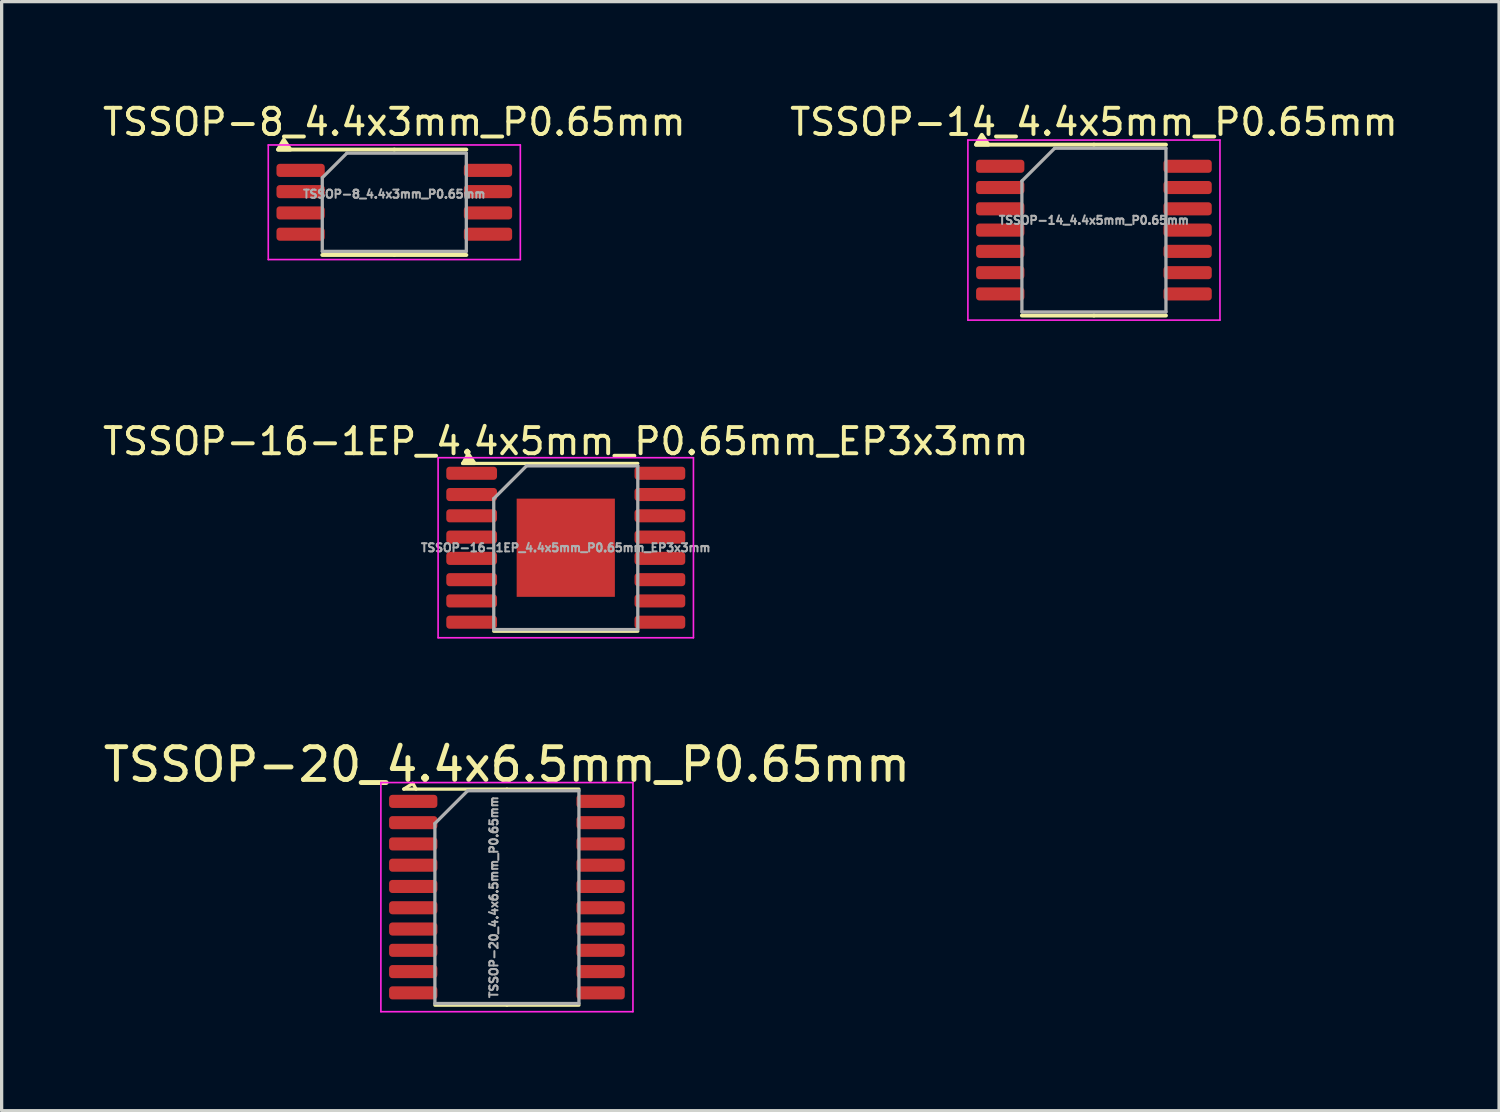
<source format=kicad_pcb>
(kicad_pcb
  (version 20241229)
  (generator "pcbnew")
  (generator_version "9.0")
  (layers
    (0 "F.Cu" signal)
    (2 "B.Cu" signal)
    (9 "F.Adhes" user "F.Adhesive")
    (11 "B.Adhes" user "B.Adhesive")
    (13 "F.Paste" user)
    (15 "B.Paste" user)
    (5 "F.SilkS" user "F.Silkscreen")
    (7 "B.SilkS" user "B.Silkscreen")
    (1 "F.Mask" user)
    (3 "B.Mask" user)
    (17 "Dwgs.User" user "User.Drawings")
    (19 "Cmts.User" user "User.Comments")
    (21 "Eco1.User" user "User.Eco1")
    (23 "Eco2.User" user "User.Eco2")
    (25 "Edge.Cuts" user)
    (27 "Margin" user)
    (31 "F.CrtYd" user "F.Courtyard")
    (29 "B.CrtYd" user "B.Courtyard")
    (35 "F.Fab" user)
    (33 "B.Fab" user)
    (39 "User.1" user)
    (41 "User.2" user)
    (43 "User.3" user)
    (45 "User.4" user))
  (footprint "TSSOP-14_4.4x5mm_P0.65mm"
    (layer "F.Cu")
    (at 30.367 3.979)
    (property "Reference" "TSSOP-14_4.4x5mm_P0.65mm" (at 0 -3.3 0) (layer "F.SilkS") (effects (font (size 0.8 0.8) (thickness 0.12))))
    (attr smd)
    (fp_line (start 0 -2.61) (end -3.6 -2.61) (stroke (width 0.12) (type solid)) (layer "F.SilkS"))
    (fp_line (start 0 -2.61) (end 2.2 -2.61) (stroke (width 0.12) (type solid)) (layer "F.SilkS"))
    (fp_line (start 0 2.61) (end -2.2 2.61) (stroke (width 0.12) (type solid)) (layer "F.SilkS"))
    (fp_line (start 0 2.61) (end 2.2 2.61) (stroke (width 0.12) (type solid)) (layer "F.SilkS"))
    (fp_poly (pts (xy -3.6 -2.61) (xy -3.425 -2.91) (xy -3.225 -2.61)) (stroke (width 0.12) (type solid)) (fill yes) (layer "F.SilkS"))
    (fp_line (start -3.85 -2.75) (end -3.85 2.75) (stroke (width 0.05) (type solid)) (layer "F.CrtYd"))
    (fp_line (start -3.85 2.75) (end 3.85 2.75) (stroke (width 0.05) (type solid)) (layer "F.CrtYd"))
    (fp_line (start 3.85 -2.75) (end -3.85 -2.75) (stroke (width 0.05) (type solid)) (layer "F.CrtYd"))
    (fp_line (start 3.85 2.75) (end 3.85 -2.75) (stroke (width 0.05) (type solid)) (layer "F.CrtYd"))
    (fp_line (start -2.2 -1.5) (end -1.2 -2.5) (stroke (width 0.1) (type solid)) (layer "F.Fab"))
    (fp_line (start -2.2 2.5) (end -2.2 -1.5) (stroke (width 0.1) (type solid)) (layer "F.Fab"))
    (fp_line (start -1.2 -2.5) (end 2.2 -2.5) (stroke (width 0.1) (type solid)) (layer "F.Fab"))
    (fp_line (start 2.2 -2.5) (end 2.2 2.5) (stroke (width 0.1) (type solid)) (layer "F.Fab"))
    (fp_line (start 2.2 2.5) (end -2.2 2.5) (stroke (width 0.1) (type solid)) (layer "F.Fab"))
    (fp_text user "${REFERENCE}" (at 0 -0.3 0) (layer "F.Fab") (effects (font (size 0.25 0.25) (thickness 0.062))))
    (pad "1" smd roundrect (at -2.862 -1.95) (size 1.475 0.4) (layers "F.Cu" "F.Mask" "F.Paste") (roundrect_rratio 0.25))
    (pad "2" smd roundrect (at -2.862 -1.3) (size 1.475 0.4) (layers "F.Cu" "F.Mask" "F.Paste") (roundrect_rratio 0.25))
    (pad "3" smd roundrect (at -2.862 -0.65) (size 1.475 0.4) (layers "F.Cu" "F.Mask" "F.Paste") (roundrect_rratio 0.25))
    (pad "4" smd roundrect (at -2.862 0) (size 1.475 0.4) (layers "F.Cu" "F.Mask" "F.Paste") (roundrect_rratio 0.25))
    (pad "5" smd roundrect (at -2.862 0.65) (size 1.475 0.4) (layers "F.Cu" "F.Mask" "F.Paste") (roundrect_rratio 0.25))
    (pad "6" smd roundrect (at -2.862 1.3) (size 1.475 0.4) (layers "F.Cu" "F.Mask" "F.Paste") (roundrect_rratio 0.25))
    (pad "7" smd roundrect (at -2.862 1.95) (size 1.475 0.4) (layers "F.Cu" "F.Mask" "F.Paste") (roundrect_rratio 0.25))
    (pad "8" smd roundrect (at 2.862 1.95) (size 1.475 0.4) (layers "F.Cu" "F.Mask" "F.Paste") (roundrect_rratio 0.25))
    (pad "9" smd roundrect (at 2.862 1.3) (size 1.475 0.4) (layers "F.Cu" "F.Mask" "F.Paste") (roundrect_rratio 0.25))
    (pad "10" smd roundrect (at 2.862 0.65) (size 1.475 0.4) (layers "F.Cu" "F.Mask" "F.Paste") (roundrect_rratio 0.25))
    (pad "11" smd roundrect (at 2.862 0) (size 1.475 0.4) (layers "F.Cu" "F.Mask" "F.Paste") (roundrect_rratio 0.25))
    (pad "12" smd roundrect (at 2.862 -0.65) (size 1.475 0.4) (layers "F.Cu" "F.Mask" "F.Paste") (roundrect_rratio 0.25))
    (pad "13" smd roundrect (at 2.862 -1.3) (size 1.475 0.4) (layers "F.Cu" "F.Mask" "F.Paste") (roundrect_rratio 0.25))
    (pad "14" smd roundrect (at 2.862 -1.95) (size 1.475 0.4) (layers "F.Cu" "F.Mask" "F.Paste") (roundrect_rratio 0.25)))
  (footprint "TSSOP-20_4.4x6.5mm_P0.65mm"
    (layer "F.Cu")
    (at 12.435 24.355)
    (property "Reference" "TSSOP-20_4.4x6.5mm_P0.65mm" (at 0 -4.05 0) (layer "F.SilkS") (effects (font (size 1 1) (thickness 0.15))))
    (attr smd)
    (fp_line (start -3.15 -3.3) (end -2.875 -3.475) (stroke (width 0.1) (type solid)) (layer "F.SilkS"))
    (fp_line (start -2.875 -3.475) (end -2.775 -3.3) (stroke (width 0.1) (type solid)) (layer "F.SilkS"))
    (fp_line (start 0 -3.3) (end -3.15 -3.3) (stroke (width 0.1) (type solid)) (layer "F.SilkS"))
    (fp_line (start 0 -3.3) (end 2.2 -3.3) (stroke (width 0.1) (type solid)) (layer "F.SilkS"))
    (fp_line (start 0 3.3) (end -2.2 3.3) (stroke (width 0.1) (type solid)) (layer "F.SilkS"))
    (fp_line (start 0 3.3) (end 2.2 3.3) (stroke (width 0.1) (type solid)) (layer "F.SilkS"))
    (fp_line (start -3.85 -3.5) (end -3.85 3.5) (stroke (width 0.05) (type solid)) (layer "F.CrtYd"))
    (fp_line (start -3.85 3.5) (end 3.85 3.5) (stroke (width 0.05) (type solid)) (layer "F.CrtYd"))
    (fp_line (start 3.85 -3.5) (end -3.85 -3.5) (stroke (width 0.05) (type solid)) (layer "F.CrtYd"))
    (fp_line (start 3.85 3.5) (end 3.85 -3.5) (stroke (width 0.05) (type solid)) (layer "F.CrtYd"))
    (fp_line (start -2.2 -2.25) (end -1.2 -3.25) (stroke (width 0.1) (type solid)) (layer "F.Fab"))
    (fp_line (start -2.2 3.25) (end -2.2 -2.25) (stroke (width 0.1) (type solid)) (layer "F.Fab"))
    (fp_line (start -1.2 -3.25) (end 2.2 -3.25) (stroke (width 0.1) (type solid)) (layer "F.Fab"))
    (fp_line (start 2.2 -3.25) (end 2.2 3.25) (stroke (width 0.1) (type solid)) (layer "F.Fab"))
    (fp_line (start 2.2 3.25) (end -2.2 3.25) (stroke (width 0.1) (type solid)) (layer "F.Fab"))
    (fp_text user "${REFERENCE}" (at -0.4 0 270) (layer "F.Fab") (effects (font (size 0.25 0.25) (thickness 0.062))))
    (pad "1" smd roundrect (at -2.862 -2.925) (size 1.475 0.4) (layers "F.Cu" "F.Mask" "F.Paste") (roundrect_rratio 0.25))
    (pad "2" smd roundrect (at -2.862 -2.275) (size 1.475 0.4) (layers "F.Cu" "F.Mask" "F.Paste") (roundrect_rratio 0.25))
    (pad "3" smd roundrect (at -2.862 -1.625) (size 1.475 0.4) (layers "F.Cu" "F.Mask" "F.Paste") (roundrect_rratio 0.25))
    (pad "4" smd roundrect (at -2.862 -0.975) (size 1.475 0.4) (layers "F.Cu" "F.Mask" "F.Paste") (roundrect_rratio 0.25))
    (pad "5" smd roundrect (at -2.862 -0.325) (size 1.475 0.4) (layers "F.Cu" "F.Mask" "F.Paste") (roundrect_rratio 0.25))
    (pad "6" smd roundrect (at -2.862 0.325) (size 1.475 0.4) (layers "F.Cu" "F.Mask" "F.Paste") (roundrect_rratio 0.25))
    (pad "7" smd roundrect (at -2.862 0.975) (size 1.475 0.4) (layers "F.Cu" "F.Mask" "F.Paste") (roundrect_rratio 0.25))
    (pad "8" smd roundrect (at -2.862 1.625) (size 1.475 0.4) (layers "F.Cu" "F.Mask" "F.Paste") (roundrect_rratio 0.25))
    (pad "9" smd roundrect (at -2.862 2.275) (size 1.475 0.4) (layers "F.Cu" "F.Mask" "F.Paste") (roundrect_rratio 0.25))
    (pad "10" smd roundrect (at -2.862 2.925) (size 1.475 0.4) (layers "F.Cu" "F.Mask" "F.Paste") (roundrect_rratio 0.25))
    (pad "11" smd roundrect (at 2.862 2.925) (size 1.475 0.4) (layers "F.Cu" "F.Mask" "F.Paste") (roundrect_rratio 0.25))
    (pad "12" smd roundrect (at 2.862 2.275) (size 1.475 0.4) (layers "F.Cu" "F.Mask" "F.Paste") (roundrect_rratio 0.25))
    (pad "13" smd roundrect (at 2.862 1.625) (size 1.475 0.4) (layers "F.Cu" "F.Mask" "F.Paste") (roundrect_rratio 0.25))
    (pad "14" smd roundrect (at 2.862 0.975) (size 1.475 0.4) (layers "F.Cu" "F.Mask" "F.Paste") (roundrect_rratio 0.25))
    (pad "15" smd roundrect (at 2.862 0.325) (size 1.475 0.4) (layers "F.Cu" "F.Mask" "F.Paste") (roundrect_rratio 0.25))
    (pad "16" smd roundrect (at 2.862 -0.325) (size 1.475 0.4) (layers "F.Cu" "F.Mask" "F.Paste") (roundrect_rratio 0.25))
    (pad "17" smd roundrect (at 2.862 -0.975) (size 1.475 0.4) (layers "F.Cu" "F.Mask" "F.Paste") (roundrect_rratio 0.25))
    (pad "18" smd roundrect (at 2.862 -1.625) (size 1.475 0.4) (layers "F.Cu" "F.Mask" "F.Paste") (roundrect_rratio 0.25))
    (pad "19" smd roundrect (at 2.862 -2.275) (size 1.475 0.4) (layers "F.Cu" "F.Mask" "F.Paste") (roundrect_rratio 0.25))
    (pad "20" smd roundrect (at 2.862 -2.925) (size 1.475 0.4) (layers "F.Cu" "F.Mask" "F.Paste") (roundrect_rratio 0.25)))
  (footprint "TSSOP-8_4.4x3mm_P0.65mm"
    (layer "F.Cu")
    (at 8.995 3.129)
    (property "Reference" "TSSOP-8_4.4x3mm_P0.65mm" (at 0 -2.45 0) (layer "F.SilkS") (effects (font (size 0.8 0.8) (thickness 0.12))))
    (attr smd)
    (fp_line (start 0 -1.61) (end -3.55 -1.61) (stroke (width 0.12) (type solid)) (layer "F.SilkS"))
    (fp_line (start 0 -1.61) (end 2.2 -1.61) (stroke (width 0.12) (type solid)) (layer "F.SilkS"))
    (fp_line (start 0 1.61) (end -2.2 1.61) (stroke (width 0.12) (type solid)) (layer "F.SilkS"))
    (fp_line (start 0 1.61) (end 2.2 1.61) (stroke (width 0.12) (type solid)) (layer "F.SilkS"))
    (fp_poly (pts (xy -3.55 -1.61) (xy -3.375 -1.91) (xy -3.175 -1.61)) (stroke (width 0.12) (type solid)) (fill yes) (layer "F.SilkS"))
    (fp_line (start -3.85 -1.75) (end -3.85 1.75) (stroke (width 0.05) (type solid)) (layer "F.CrtYd"))
    (fp_line (start -3.85 1.75) (end 3.85 1.75) (stroke (width 0.05) (type solid)) (layer "F.CrtYd"))
    (fp_line (start 3.85 -1.75) (end -3.85 -1.75) (stroke (width 0.05) (type solid)) (layer "F.CrtYd"))
    (fp_line (start 3.85 1.75) (end 3.85 -1.75) (stroke (width 0.05) (type solid)) (layer "F.CrtYd"))
    (fp_line (start -2.2 -0.75) (end -1.45 -1.5) (stroke (width 0.1) (type solid)) (layer "F.Fab"))
    (fp_line (start -2.2 1.5) (end -2.2 -0.75) (stroke (width 0.1) (type solid)) (layer "F.Fab"))
    (fp_line (start -1.45 -1.5) (end 2.2 -1.5) (stroke (width 0.1) (type solid)) (layer "F.Fab"))
    (fp_line (start 2.2 -1.5) (end 2.2 1.5) (stroke (width 0.1) (type solid)) (layer "F.Fab"))
    (fp_line (start 2.2 1.5) (end -2.2 1.5) (stroke (width 0.1) (type solid)) (layer "F.Fab"))
    (fp_text user "${REFERENCE}" (at 0 -0.25 0) (layer "F.Fab") (effects (font (size 0.25 0.25) (thickness 0.062))))
    (pad "1" smd roundrect (at -2.862 -0.975) (size 1.475 0.4) (layers "F.Cu" "F.Mask" "F.Paste") (roundrect_rratio 0.25))
    (pad "2" smd roundrect (at -2.862 -0.325) (size 1.475 0.4) (layers "F.Cu" "F.Mask" "F.Paste") (roundrect_rratio 0.25))
    (pad "3" smd roundrect (at -2.862 0.325) (size 1.475 0.4) (layers "F.Cu" "F.Mask" "F.Paste") (roundrect_rratio 0.25))
    (pad "4" smd roundrect (at -2.862 0.975) (size 1.475 0.4) (layers "F.Cu" "F.Mask" "F.Paste") (roundrect_rratio 0.25))
    (pad "5" smd roundrect (at 2.862 0.975) (size 1.475 0.4) (layers "F.Cu" "F.Mask" "F.Paste") (roundrect_rratio 0.25))
    (pad "6" smd roundrect (at 2.862 0.325) (size 1.475 0.4) (layers "F.Cu" "F.Mask" "F.Paste") (roundrect_rratio 0.25))
    (pad "7" smd roundrect (at 2.862 -0.325) (size 1.475 0.4) (layers "F.Cu" "F.Mask" "F.Paste") (roundrect_rratio 0.25))
    (pad "8" smd roundrect (at 2.862 -0.975) (size 1.475 0.4) (layers "F.Cu" "F.Mask" "F.Paste") (roundrect_rratio 0.25)))
  (footprint "TSSOP-16-1EP_4.4x5mm_P0.65mm_EP3x3mm"
    (layer "F.Cu")
    (at 14.233 13.682)
    (property "Reference" "TSSOP-16-1EP_4.4x5mm_P0.65mm_EP3x3mm" (at 0 -3.25 0) (layer "F.SilkS") (effects (font (size 0.8 0.8) (thickness 0.12))))
    (attr smd)
    (fp_line (start 2.2 -2.575) (end -3.15 -2.575) (stroke (width 0.1) (type solid)) (layer "F.SilkS"))
    (fp_line (start 2.2 2.55) (end -2.2 2.55) (stroke (width 0.1) (type solid)) (layer "F.SilkS"))
    (fp_poly (pts (xy -3.15 -2.575) (xy -2.975 -2.875) (xy -2.775 -2.575)) (stroke (width 0.1) (type solid)) (fill yes) (layer "F.SilkS"))
    (fp_line (start -3.9 -2.75) (end -3.9 2.75) (stroke (width 0.05) (type solid)) (layer "F.CrtYd"))
    (fp_line (start -3.9 2.75) (end 3.9 2.75) (stroke (width 0.05) (type solid)) (layer "F.CrtYd"))
    (fp_line (start 3.9 -2.75) (end -3.9 -2.75) (stroke (width 0.05) (type solid)) (layer "F.CrtYd"))
    (fp_line (start 3.9 2.75) (end 3.9 -2.75) (stroke (width 0.05) (type solid)) (layer "F.CrtYd"))
    (fp_line (start -2.2 -1.5) (end -1.2 -2.5) (stroke (width 0.1) (type solid)) (layer "F.Fab"))
    (fp_line (start -2.2 2.5) (end -2.2 -1.5) (stroke (width 0.1) (type solid)) (layer "F.Fab"))
    (fp_line (start -1.2 -2.5) (end 2.2 -2.5) (stroke (width 0.1) (type solid)) (layer "F.Fab"))
    (fp_line (start 2.2 -2.5) (end 2.2 2.5) (stroke (width 0.1) (type solid)) (layer "F.Fab"))
    (fp_line (start 2.2 2.5) (end -2.2 2.5) (stroke (width 0.1) (type solid)) (layer "F.Fab"))
    (fp_text user "${REFERENCE}" (at 0 0 0) (layer "F.Fab") (effects (font (size 0.25 0.25) (thickness 0.062))))
    (pad "" smd roundrect (at -0.75 -0.75) (size 1.21 1.21) (layers "F.Paste") (roundrect_rratio 0.207))
    (pad "" smd roundrect (at -0.75 0.75) (size 1.21 1.21) (layers "F.Paste") (roundrect_rratio 0.207))
    (pad "" smd roundrect (at 0.75 -0.75) (size 1.21 1.21) (layers "F.Paste") (roundrect_rratio 0.207))
    (pad "" smd roundrect (at 0.75 0.75) (size 1.21 1.21) (layers "F.Paste") (roundrect_rratio 0.207))
    (pad "1" smd roundrect (at -2.875 -2.275) (size 1.55 0.4) (layers "F.Cu" "F.Mask" "F.Paste") (roundrect_rratio 0.25))
    (pad "2" smd roundrect (at -2.875 -1.625) (size 1.55 0.4) (layers "F.Cu" "F.Mask" "F.Paste") (roundrect_rratio 0.25))
    (pad "3" smd roundrect (at -2.875 -0.975) (size 1.55 0.4) (layers "F.Cu" "F.Mask" "F.Paste") (roundrect_rratio 0.25))
    (pad "4" smd roundrect (at -2.875 -0.325) (size 1.55 0.4) (layers "F.Cu" "F.Mask" "F.Paste") (roundrect_rratio 0.25))
    (pad "5" smd roundrect (at -2.875 0.325) (size 1.55 0.4) (layers "F.Cu" "F.Mask" "F.Paste") (roundrect_rratio 0.25))
    (pad "6" smd roundrect (at -2.875 0.975) (size 1.55 0.4) (layers "F.Cu" "F.Mask" "F.Paste") (roundrect_rratio 0.25))
    (pad "7" smd roundrect (at -2.875 1.625) (size 1.55 0.4) (layers "F.Cu" "F.Mask" "F.Paste") (roundrect_rratio 0.25))
    (pad "8" smd roundrect (at -2.875 2.275) (size 1.55 0.4) (layers "F.Cu" "F.Mask" "F.Paste") (roundrect_rratio 0.25))
    (pad "9" smd roundrect (at 2.875 2.275) (size 1.55 0.4) (layers "F.Cu" "F.Mask" "F.Paste") (roundrect_rratio 0.25))
    (pad "10" smd roundrect (at 2.875 1.625) (size 1.55 0.4) (layers "F.Cu" "F.Mask" "F.Paste") (roundrect_rratio 0.25))
    (pad "11" smd roundrect (at 2.875 0.975) (size 1.55 0.4) (layers "F.Cu" "F.Mask" "F.Paste") (roundrect_rratio 0.25))
    (pad "12" smd roundrect (at 2.875 0.325) (size 1.55 0.4) (layers "F.Cu" "F.Mask" "F.Paste") (roundrect_rratio 0.25))
    (pad "13" smd roundrect (at 2.875 -0.325) (size 1.55 0.4) (layers "F.Cu" "F.Mask" "F.Paste") (roundrect_rratio 0.25))
    (pad "14" smd roundrect (at 2.875 -0.975) (size 1.55 0.4) (layers "F.Cu" "F.Mask" "F.Paste") (roundrect_rratio 0.25))
    (pad "15" smd roundrect (at 2.875 -1.625) (size 1.55 0.4) (layers "F.Cu" "F.Mask" "F.Paste") (roundrect_rratio 0.25))
    (pad "16" smd roundrect (at 2.875 -2.275) (size 1.55 0.4) (layers "F.Cu" "F.Mask" "F.Paste") (roundrect_rratio 0.25))
    (pad "17" smd rect (at 0 0) (size 3 3) (layers "F.Cu" "F.Mask")))
  (gr_rect
    (start -3 -3)
    (end 42.743 30.88)
    (stroke (width 0.1) (type default))
    (fill no)
    (layer "Edge.Cuts")))
</source>
